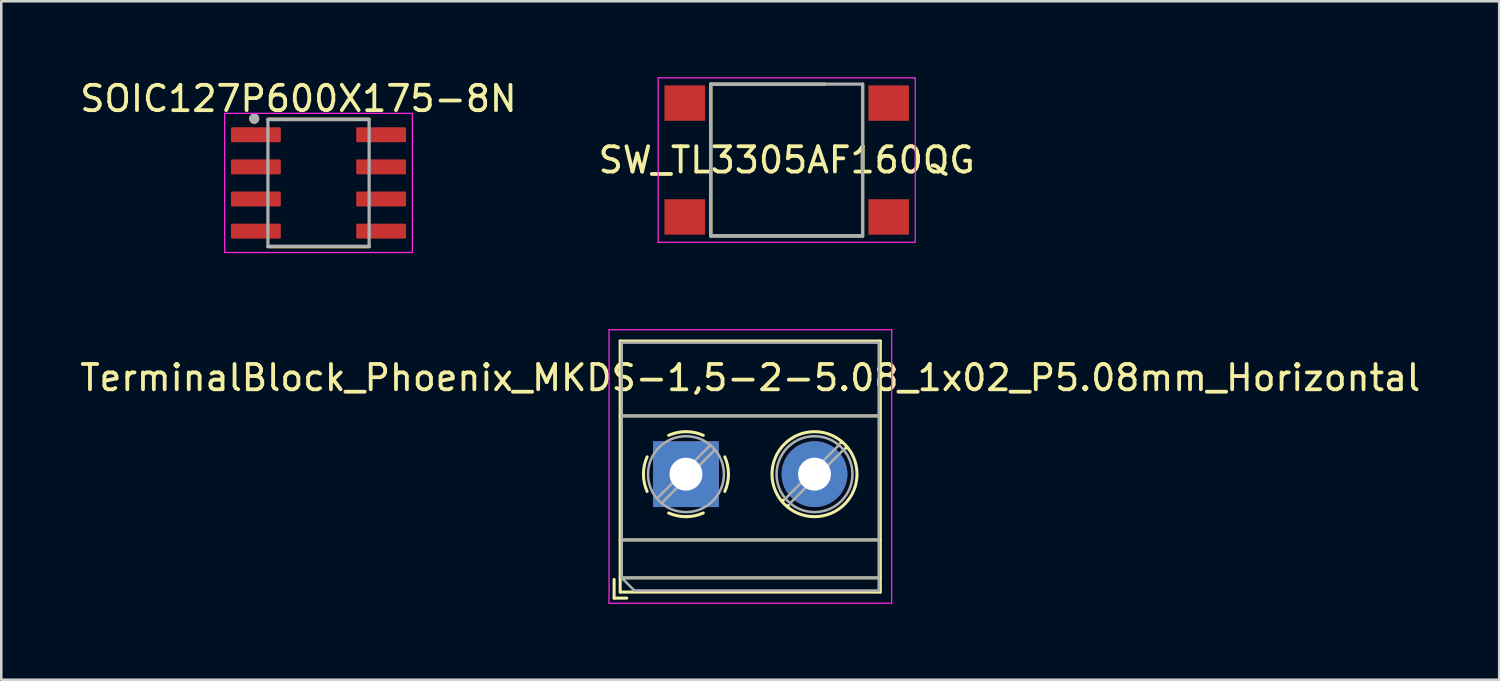
<source format=kicad_pcb>
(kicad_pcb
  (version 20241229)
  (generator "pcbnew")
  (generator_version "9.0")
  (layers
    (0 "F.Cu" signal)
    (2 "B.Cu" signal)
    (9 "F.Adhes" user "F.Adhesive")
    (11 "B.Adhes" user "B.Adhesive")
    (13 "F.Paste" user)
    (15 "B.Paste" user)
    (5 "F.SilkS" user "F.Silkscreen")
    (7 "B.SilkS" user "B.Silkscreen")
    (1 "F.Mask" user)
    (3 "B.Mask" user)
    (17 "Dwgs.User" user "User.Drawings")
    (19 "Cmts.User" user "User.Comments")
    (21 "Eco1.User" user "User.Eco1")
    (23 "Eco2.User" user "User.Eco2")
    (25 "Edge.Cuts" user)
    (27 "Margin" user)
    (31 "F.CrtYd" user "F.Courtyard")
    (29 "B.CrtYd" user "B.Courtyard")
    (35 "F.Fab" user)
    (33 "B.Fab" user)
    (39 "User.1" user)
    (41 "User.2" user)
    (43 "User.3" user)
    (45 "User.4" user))
  (footprint "SW_TL3305AF160QG"
    (layer "F.Cu")
    (at 28.042 3.275)
    (property "Reference" "SW_TL3305AF160QG" (at 0 0 0) (layer "F.SilkS") (effects (font (size 1 1) (thickness 0.15))))
    (attr smd)
    (fp_line (start -3 3) (end -3 -3) (stroke (width 0.127) (type solid)) (layer "F.SilkS"))
    (fp_line (start 1.5 -3) (end -3 -3) (stroke (width 0.127) (type solid)) (layer "F.SilkS"))
    (fp_line (start 3 -3) (end 3 3) (stroke (width 0.127) (type solid)) (layer "F.SilkS"))
    (fp_line (start 3 3) (end -3 3) (stroke (width 0.127) (type solid)) (layer "F.SilkS"))
    (fp_line (start -5.08 -3.25) (end -5.08 3.25) (stroke (width 0.05) (type solid)) (layer "F.CrtYd"))
    (fp_line (start 5.08 -3.25) (end -5.08 -3.25) (stroke (width 0.05) (type solid)) (layer "F.CrtYd"))
    (fp_line (start 5.08 3.25) (end -5.08 3.25) (stroke (width 0.05) (type solid)) (layer "F.CrtYd"))
    (fp_line (start 5.08 3.25) (end 5.08 -3.25) (stroke (width 0.05) (type solid)) (layer "F.CrtYd"))
    (fp_line (start -3 3) (end -3 -3) (stroke (width 0.127) (type solid)) (layer "F.Fab"))
    (fp_line (start 3 -3) (end -3 -3) (stroke (width 0.127) (type solid)) (layer "F.Fab"))
    (fp_line (start 3 -3) (end 3 3) (stroke (width 0.127) (type solid)) (layer "F.Fab"))
    (fp_line (start 3 3) (end -3 3) (stroke (width 0.127) (type solid)) (layer "F.Fab"))
    (pad "1" smd rect (at -4.03 2.25) (size 1.6 1.4) (layers "F.Cu" "F.Mask" "F.Paste"))
    (pad "2" smd rect (at 4.03 2.25) (size 1.6 1.4) (layers "F.Cu" "F.Mask" "F.Paste"))
    (pad "3" smd rect (at -4.03 -2.25) (size 1.6 1.4) (layers "F.Cu" "F.Mask" "F.Paste"))
    (pad "4" smd rect (at 4.03 -2.25) (size 1.6 1.4) (layers "F.Cu" "F.Mask" "F.Paste")))
  (footprint "SOIC127P600X175-8N"
    (layer "F.Cu")
    (at 9.539 4.18)
    (property "Reference" "SOIC127P600X175-8N" (at -0.795 -3.332 0) (layer "F.SilkS") (effects (font (size 1 1) (thickness 0.15))))
    (attr smd)
    (fp_line (start -2 -2.52) (end 2 -2.52) (stroke (width 0.127) (type solid)) (layer "F.SilkS"))
    (fp_line (start -2 2.52) (end 2 2.52) (stroke (width 0.127) (type solid)) (layer "F.SilkS"))
    (fp_circle (center -2.54 -2.54) (end -2.44 -2.54) (stroke (width 0.2) (type solid)) (fill no) (layer "F.SilkS"))
    (fp_line (start -3.71 -2.75) (end -3.71 2.75) (stroke (width 0.05) (type solid)) (layer "F.CrtYd"))
    (fp_line (start -3.71 -2.75) (end 3.71 -2.75) (stroke (width 0.05) (type solid)) (layer "F.CrtYd"))
    (fp_line (start -3.71 2.75) (end 3.71 2.75) (stroke (width 0.05) (type solid)) (layer "F.CrtYd"))
    (fp_line (start 3.71 -2.75) (end 3.71 2.75) (stroke (width 0.05) (type solid)) (layer "F.CrtYd"))
    (fp_line (start -2 -2.5) (end -2 2.5) (stroke (width 0.127) (type solid)) (layer "F.Fab"))
    (fp_line (start -2 -2.5) (end 2 -2.5) (stroke (width 0.127) (type solid)) (layer "F.Fab"))
    (fp_line (start -2 2.5) (end 2 2.5) (stroke (width 0.127) (type solid)) (layer "F.Fab"))
    (fp_line (start 2 -2.5) (end 2 2.5) (stroke (width 0.127) (type solid)) (layer "F.Fab"))
    (fp_circle (center -2.54 -2.54) (end -2.44 -2.54) (stroke (width 0.2) (type solid)) (fill no) (layer "F.Fab"))
    (pad "1" smd roundrect (at -2.475 -1.905) (size 1.97 0.59) (layers "F.Cu" "F.Mask" "F.Paste") (roundrect_rratio 0.07))
    (pad "2" smd roundrect (at -2.475 -0.635) (size 1.97 0.59) (layers "F.Cu" "F.Mask" "F.Paste") (roundrect_rratio 0.07))
    (pad "3" smd roundrect (at -2.475 0.635) (size 1.97 0.59) (layers "F.Cu" "F.Mask" "F.Paste") (roundrect_rratio 0.07))
    (pad "4" smd roundrect (at -2.475 1.905) (size 1.97 0.59) (layers "F.Cu" "F.Mask" "F.Paste") (roundrect_rratio 0.07))
    (pad "5" smd roundrect (at 2.475 1.905) (size 1.97 0.59) (layers "F.Cu" "F.Mask" "F.Paste") (roundrect_rratio 0.07))
    (pad "6" smd roundrect (at 2.475 0.635) (size 1.97 0.59) (layers "F.Cu" "F.Mask" "F.Paste") (roundrect_rratio 0.07))
    (pad "7" smd roundrect (at 2.475 -0.635) (size 1.97 0.59) (layers "F.Cu" "F.Mask" "F.Paste") (roundrect_rratio 0.07))
    (pad "8" smd roundrect (at 2.475 -1.905) (size 1.97 0.59) (layers "F.Cu" "F.Mask" "F.Paste") (roundrect_rratio 0.07)))
  (footprint "TerminalBlock_Phoenix_MKDS-1,5-2-5.08_1x02_P5.08mm_Horizontal"
    (layer "F.Cu")
    (at 26.601 15.69)
    (property "Reference" "TerminalBlock_Phoenix_MKDS-1,5-2-5.08_1x02_P5.08mm_Horizontal" (at 0 -3.81 0) (layer "F.SilkS") (effects (font (size 1 1) (thickness 0.15))))
    (attr through_hole)
    (fp_line (start -5.38 4.16) (end -5.38 4.9) (stroke (width 0.12) (type solid)) (layer "F.SilkS"))
    (fp_line (start -5.38 4.9) (end -4.88 4.9) (stroke (width 0.12) (type solid)) (layer "F.SilkS"))
    (fp_line (start -5.14 -5.261) (end -5.14 4.66) (stroke (width 0.12) (type solid)) (layer "F.SilkS"))
    (fp_line (start -5.14 -5.261) (end 5.14 -5.261) (stroke (width 0.12) (type solid)) (layer "F.SilkS"))
    (fp_line (start -5.14 -2.301) (end 5.14 -2.301) (stroke (width 0.12) (type solid)) (layer "F.SilkS"))
    (fp_line (start -5.14 2.6) (end 5.14 2.6) (stroke (width 0.12) (type solid)) (layer "F.SilkS"))
    (fp_line (start -5.14 4.1) (end 5.14 4.1) (stroke (width 0.12) (type solid)) (layer "F.SilkS"))
    (fp_line (start -5.14 4.66) (end 5.14 4.66) (stroke (width 0.12) (type solid)) (layer "F.SilkS"))
    (fp_line (start 1.313 1.023) (end 1.266 1.069) (stroke (width 0.12) (type solid)) (layer "F.SilkS"))
    (fp_line (start 1.506 1.239) (end 1.471 1.274) (stroke (width 0.12) (type solid)) (layer "F.SilkS"))
    (fp_line (start 3.61 -1.275) (end 3.575 -1.239) (stroke (width 0.12) (type solid)) (layer "F.SilkS"))
    (fp_line (start 3.815 -1.069) (end 3.768 -1.023) (stroke (width 0.12) (type solid)) (layer "F.SilkS"))
    (fp_line (start 5.14 -5.261) (end 5.14 4.66) (stroke (width 0.12) (type solid)) (layer "F.SilkS"))
    (fp_arc (start -4.075427 0.683042) (mid -4.220501 -0.000524) (end -4.075 -0.684) (stroke (width 0.12) (type solid)) (layer "F.SilkS"))
    (fp_arc (start -3.223042 -1.535427) (mid -2.539476 -1.680501) (end -1.856 -1.535) (stroke (width 0.12) (type solid)) (layer "F.SilkS"))
    (fp_arc (start -2.511195 1.680253) (mid -2.875551 1.646659) (end -3.224 1.535) (stroke (width 0.12) (type solid)) (layer "F.SilkS"))
    (fp_arc (start -1.856682 1.534756) (mid -2.190708 1.643288) (end -2.54 1.68) (stroke (width 0.12) (type solid)) (layer "F.SilkS"))
    (fp_arc (start -1.004573 -0.683042) (mid -0.859499 0.000524) (end -1.005 0.684) (stroke (width 0.12) (type solid)) (layer "F.SilkS"))
    (fp_circle (center 2.54 0) (end 4.22 0) (stroke (width 0.12) (type solid)) (fill no) (layer "F.SilkS"))
    (fp_line (start -5.58 -5.71) (end -5.58 5.1) (stroke (width 0.05) (type solid)) (layer "F.CrtYd"))
    (fp_line (start -5.58 5.1) (end 5.59 5.1) (stroke (width 0.05) (type solid)) (layer "F.CrtYd"))
    (fp_line (start 5.59 -5.71) (end -5.58 -5.71) (stroke (width 0.05) (type solid)) (layer "F.CrtYd"))
    (fp_line (start 5.59 5.1) (end 5.59 -5.71) (stroke (width 0.05) (type solid)) (layer "F.CrtYd"))
    (fp_line (start -5.08 -5.2) (end 5.08 -5.2) (stroke (width 0.1) (type solid)) (layer "F.Fab"))
    (fp_line (start -5.08 -2.3) (end 5.08 -2.3) (stroke (width 0.1) (type solid)) (layer "F.Fab"))
    (fp_line (start -5.08 2.6) (end 5.08 2.6) (stroke (width 0.1) (type solid)) (layer "F.Fab"))
    (fp_line (start -5.08 4.1) (end -5.08 -5.2) (stroke (width 0.1) (type solid)) (layer "F.Fab"))
    (fp_line (start -5.08 4.1) (end 5.08 4.1) (stroke (width 0.1) (type solid)) (layer "F.Fab"))
    (fp_line (start -4.58 4.6) (end -5.08 4.1) (stroke (width 0.1) (type solid)) (layer "F.Fab"))
    (fp_line (start -1.585 -1.138) (end -3.678 0.955) (stroke (width 0.1) (type solid)) (layer "F.Fab"))
    (fp_line (start -1.402 -0.955) (end -3.495 1.138) (stroke (width 0.1) (type solid)) (layer "F.Fab"))
    (fp_line (start 3.495 -1.138) (end 1.403 0.955) (stroke (width 0.1) (type solid)) (layer "F.Fab"))
    (fp_line (start 3.678 -0.955) (end 1.586 1.138) (stroke (width 0.1) (type solid)) (layer "F.Fab"))
    (fp_line (start 5.08 -5.2) (end 5.08 4.6) (stroke (width 0.1) (type solid)) (layer "F.Fab"))
    (fp_line (start 5.08 4.6) (end -4.58 4.6) (stroke (width 0.1) (type solid)) (layer "F.Fab"))
    (fp_circle (center -2.54 0) (end -1.04 0) (stroke (width 0.1) (type solid)) (fill no) (layer "F.Fab"))
    (fp_circle (center 2.54 0) (end 4.04 0) (stroke (width 0.1) (type solid)) (fill no) (layer "F.Fab"))
    (pad "1" thru_hole rect (at -2.54 0) (size 2.6 2.6) (drill 1.3) (layers "*.Cu" "*.Mask"))
    (pad "2" thru_hole circle (at 2.54 0) (size 2.6 2.6) (drill 1.3) (layers "*.Cu" "*.Mask")))
  (gr_rect
    (start -3 -3)
    (end 56.202 23.815)
    (stroke (width 0.1) (type default))
    (fill no)
    (layer "Edge.Cuts")))
</source>
